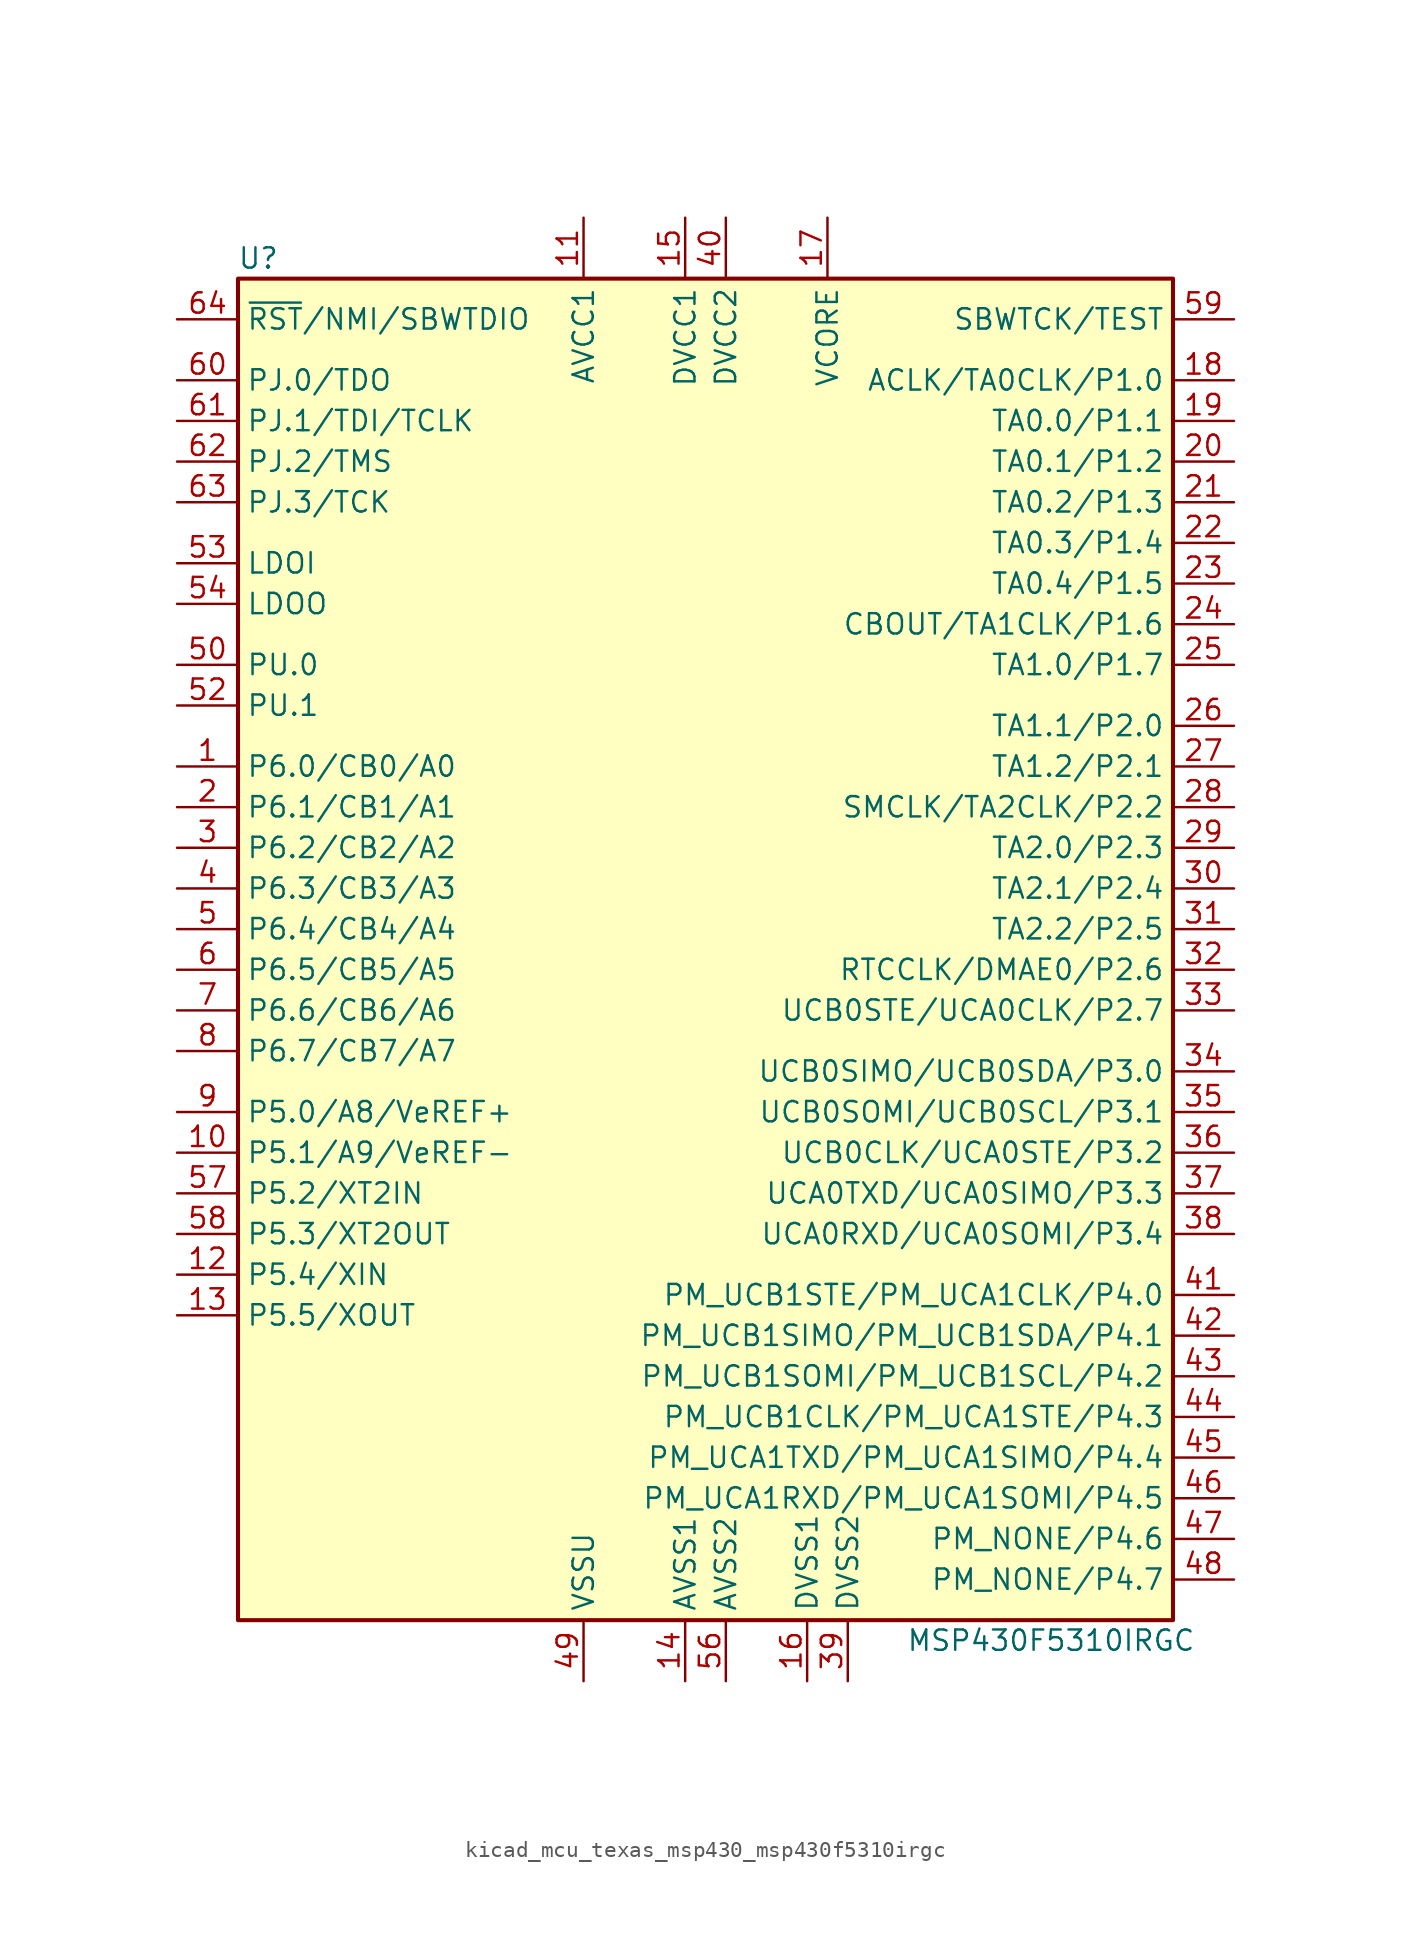
<source format=kicad_sym>
(kicad_symbol_lib
  (version 20220914)
  (generator kicad_symbol_editor)
  (symbol "kicad_mcu_texas_msp430_msp430f5310irgc"
    (property "Reference" "U"
      (at -27.94 43.18 0)
      (effects (font (size 1.27 1.27))))
    (property "Value" "MSP430F5310IRGC"
      (at 21.59 -43.18 0)
      (effects (font (size 1.27 1.27))))
    (symbol "kicad_mcu_texas_msp430_msp430f5310irgc_0_1"
      (rectangle (start -29.21 41.91) (end 29.21 -41.91) (stroke (width 0.254) (type default)) (fill (type background))))
    (symbol "kicad_mcu_texas_msp430_msp430f5310irgc_1_1"
      (pin bidirectional line (at -33.02 11.43 0) (length 3.81) (name "P6.0/CB0/A0" (effects (font (size 1.27 1.27)))) (number "1" (effects (font (size 1.27 1.27)))))
      (pin bidirectional line (at -33.02 -12.7 0) (length 3.81) (name "P5.1/A9/VeREF-" (effects (font (size 1.27 1.27)))) (number "10" (effects (font (size 1.27 1.27)))))
      (pin power_in line (at -7.62 45.72 270) (length 3.81) (name "AVCC1" (effects (font (size 1.27 1.27)))) (number "11" (effects (font (size 1.27 1.27)))))
      (pin bidirectional line (at -33.02 -20.32 0) (length 3.81) (name "P5.4/XIN" (effects (font (size 1.27 1.27)))) (number "12" (effects (font (size 1.27 1.27)))))
      (pin bidirectional line (at -33.02 -22.86 0) (length 3.81) (name "P5.5/XOUT" (effects (font (size 1.27 1.27)))) (number "13" (effects (font (size 1.27 1.27)))))
      (pin power_in line (at -1.27 -45.72 90) (length 3.81) (name "AVSS1" (effects (font (size 1.27 1.27)))) (number "14" (effects (font (size 1.27 1.27)))))
      (pin power_in line (at -1.27 45.72 270) (length 3.81) (name "DVCC1" (effects (font (size 1.27 1.27)))) (number "15" (effects (font (size 1.27 1.27)))))
      (pin power_in line (at 6.35 -45.72 90) (length 3.81) (name "DVSS1" (effects (font (size 1.27 1.27)))) (number "16" (effects (font (size 1.27 1.27)))))
      (pin bidirectional line (at 7.62 45.72 270) (length 3.81) (name "VCORE" (effects (font (size 1.27 1.27)))) (number "17" (effects (font (size 1.27 1.27)))))
      (pin bidirectional line (at 33.02 35.56 180) (length 3.81) (name "ACLK/TA0CLK/P1.0" (effects (font (size 1.27 1.27)))) (number "18" (effects (font (size 1.27 1.27)))))
      (pin bidirectional line (at 33.02 33.02 180) (length 3.81) (name "TA0.0/P1.1" (effects (font (size 1.27 1.27)))) (number "19" (effects (font (size 1.27 1.27)))))
      (pin bidirectional line (at -33.02 8.89 0) (length 3.81) (name "P6.1/CB1/A1" (effects (font (size 1.27 1.27)))) (number "2" (effects (font (size 1.27 1.27)))))
      (pin bidirectional line (at 33.02 30.48 180) (length 3.81) (name "TA0.1/P1.2" (effects (font (size 1.27 1.27)))) (number "20" (effects (font (size 1.27 1.27)))))
      (pin bidirectional line (at 33.02 27.94 180) (length 3.81) (name "TA0.2/P1.3" (effects (font (size 1.27 1.27)))) (number "21" (effects (font (size 1.27 1.27)))))
      (pin bidirectional line (at 33.02 25.4 180) (length 3.81) (name "TA0.3/P1.4" (effects (font (size 1.27 1.27)))) (number "22" (effects (font (size 1.27 1.27)))))
      (pin bidirectional line (at 33.02 22.86 180) (length 3.81) (name "TA0.4/P1.5" (effects (font (size 1.27 1.27)))) (number "23" (effects (font (size 1.27 1.27)))))
      (pin bidirectional line (at 33.02 20.32 180) (length 3.81) (name "CBOUT/TA1CLK/P1.6" (effects (font (size 1.27 1.27)))) (number "24" (effects (font (size 1.27 1.27)))))
      (pin bidirectional line (at 33.02 17.78 180) (length 3.81) (name "TA1.0/P1.7" (effects (font (size 1.27 1.27)))) (number "25" (effects (font (size 1.27 1.27)))))
      (pin bidirectional line (at 33.02 13.97 180) (length 3.81) (name "TA1.1/P2.0" (effects (font (size 1.27 1.27)))) (number "26" (effects (font (size 1.27 1.27)))))
      (pin bidirectional line (at 33.02 11.43 180) (length 3.81) (name "TA1.2/P2.1" (effects (font (size 1.27 1.27)))) (number "27" (effects (font (size 1.27 1.27)))))
      (pin bidirectional line (at 33.02 8.89 180) (length 3.81) (name "SMCLK/TA2CLK/P2.2" (effects (font (size 1.27 1.27)))) (number "28" (effects (font (size 1.27 1.27)))))
      (pin bidirectional line (at 33.02 6.35 180) (length 3.81) (name "TA2.0/P2.3" (effects (font (size 1.27 1.27)))) (number "29" (effects (font (size 1.27 1.27)))))
      (pin bidirectional line (at -33.02 6.35 0) (length 3.81) (name "P6.2/CB2/A2" (effects (font (size 1.27 1.27)))) (number "3" (effects (font (size 1.27 1.27)))))
      (pin bidirectional line (at 33.02 3.81 180) (length 3.81) (name "TA2.1/P2.4" (effects (font (size 1.27 1.27)))) (number "30" (effects (font (size 1.27 1.27)))))
      (pin bidirectional line (at 33.02 1.27 180) (length 3.81) (name "TA2.2/P2.5" (effects (font (size 1.27 1.27)))) (number "31" (effects (font (size 1.27 1.27)))))
      (pin bidirectional line (at 33.02 -1.27 180) (length 3.81) (name "RTCCLK/DMAE0/P2.6" (effects (font (size 1.27 1.27)))) (number "32" (effects (font (size 1.27 1.27)))))
      (pin bidirectional line (at 33.02 -3.81 180) (length 3.81) (name "UCB0STE/UCA0CLK/P2.7" (effects (font (size 1.27 1.27)))) (number "33" (effects (font (size 1.27 1.27)))))
      (pin bidirectional line (at 33.02 -7.62 180) (length 3.81) (name "UCB0SIMO/UCB0SDA/P3.0" (effects (font (size 1.27 1.27)))) (number "34" (effects (font (size 1.27 1.27)))))
      (pin bidirectional line (at 33.02 -10.16 180) (length 3.81) (name "UCB0SOMI/UCB0SCL/P3.1" (effects (font (size 1.27 1.27)))) (number "35" (effects (font (size 1.27 1.27)))))
      (pin bidirectional line (at 33.02 -12.7 180) (length 3.81) (name "UCB0CLK/UCA0STE/P3.2" (effects (font (size 1.27 1.27)))) (number "36" (effects (font (size 1.27 1.27)))))
      (pin bidirectional line (at 33.02 -15.24 180) (length 3.81) (name "UCA0TXD/UCA0SIMO/P3.3" (effects (font (size 1.27 1.27)))) (number "37" (effects (font (size 1.27 1.27)))))
      (pin bidirectional line (at 33.02 -17.78 180) (length 3.81) (name "UCA0RXD/UCA0SOMI/P3.4" (effects (font (size 1.27 1.27)))) (number "38" (effects (font (size 1.27 1.27)))))
      (pin power_in line (at 8.89 -45.72 90) (length 3.81) (name "DVSS2" (effects (font (size 1.27 1.27)))) (number "39" (effects (font (size 1.27 1.27)))))
      (pin bidirectional line (at -33.02 3.81 0) (length 3.81) (name "P6.3/CB3/A3" (effects (font (size 1.27 1.27)))) (number "4" (effects (font (size 1.27 1.27)))))
      (pin power_in line (at 1.27 45.72 270) (length 3.81) (name "DVCC2" (effects (font (size 1.27 1.27)))) (number "40" (effects (font (size 1.27 1.27)))))
      (pin bidirectional line (at 33.02 -21.59 180) (length 3.81) (name "PM_UCB1STE/PM_UCA1CLK/P4.0" (effects (font (size 1.27 1.27)))) (number "41" (effects (font (size 1.27 1.27)))))
      (pin bidirectional line (at 33.02 -24.13 180) (length 3.81) (name "PM_UCB1SIMO/PM_UCB1SDA/P4.1" (effects (font (size 1.27 1.27)))) (number "42" (effects (font (size 1.27 1.27)))))
      (pin bidirectional line (at 33.02 -26.67 180) (length 3.81) (name "PM_UCB1SOMI/PM_UCB1SCL/P4.2" (effects (font (size 1.27 1.27)))) (number "43" (effects (font (size 1.27 1.27)))))
      (pin bidirectional line (at 33.02 -29.21 180) (length 3.81) (name "PM_UCB1CLK/PM_UCA1STE/P4.3" (effects (font (size 1.27 1.27)))) (number "44" (effects (font (size 1.27 1.27)))))
      (pin bidirectional line (at 33.02 -31.75 180) (length 3.81) (name "PM_UCA1TXD/PM_UCA1SIMO/P4.4" (effects (font (size 1.27 1.27)))) (number "45" (effects (font (size 1.27 1.27)))))
      (pin bidirectional line (at 33.02 -34.29 180) (length 3.81) (name "PM_UCA1RXD/PM_UCA1SOMI/P4.5" (effects (font (size 1.27 1.27)))) (number "46" (effects (font (size 1.27 1.27)))))
      (pin bidirectional line (at 33.02 -36.83 180) (length 3.81) (name "PM_NONE/P4.6" (effects (font (size 1.27 1.27)))) (number "47" (effects (font (size 1.27 1.27)))))
      (pin bidirectional line (at 33.02 -39.37 180) (length 3.81) (name "PM_NONE/P4.7" (effects (font (size 1.27 1.27)))) (number "48" (effects (font (size 1.27 1.27)))))
      (pin power_in line (at -7.62 -45.72 90) (length 3.81) (name "VSSU" (effects (font (size 1.27 1.27)))) (number "49" (effects (font (size 1.27 1.27)))))
      (pin bidirectional line (at -33.02 1.27 0) (length 3.81) (name "P6.4/CB4/A4" (effects (font (size 1.27 1.27)))) (number "5" (effects (font (size 1.27 1.27)))))
      (pin bidirectional line (at -33.02 17.78 0) (length 3.81) (name "PU.0" (effects (font (size 1.27 1.27)))) (number "50" (effects (font (size 1.27 1.27)))))
      (pin bidirectional line (at -33.02 15.24 0) (length 3.81) (name "PU.1" (effects (font (size 1.27 1.27)))) (number "52" (effects (font (size 1.27 1.27)))))
      (pin power_in line (at -33.02 24.13 0) (length 3.81) (name "LDOI" (effects (font (size 1.27 1.27)))) (number "53" (effects (font (size 1.27 1.27)))))
      (pin power_out line (at -33.02 21.59 0) (length 3.81) (name "LDOO" (effects (font (size 1.27 1.27)))) (number "54" (effects (font (size 1.27 1.27)))))
      (pin power_in line (at 1.27 -45.72 90) (length 3.81) (name "AVSS2" (effects (font (size 1.27 1.27)))) (number "56" (effects (font (size 1.27 1.27)))))
      (pin bidirectional line (at -33.02 -15.24 0) (length 3.81) (name "P5.2/XT2IN" (effects (font (size 1.27 1.27)))) (number "57" (effects (font (size 1.27 1.27)))))
      (pin bidirectional line (at -33.02 -17.78 0) (length 3.81) (name "P5.3/XT2OUT" (effects (font (size 1.27 1.27)))) (number "58" (effects (font (size 1.27 1.27)))))
      (pin input line (at 33.02 39.37 180) (length 3.81) (name "SBWTCK/TEST" (effects (font (size 1.27 1.27)))) (number "59" (effects (font (size 1.27 1.27)))))
      (pin bidirectional line (at -33.02 -1.27 0) (length 3.81) (name "P6.5/CB5/A5" (effects (font (size 1.27 1.27)))) (number "6" (effects (font (size 1.27 1.27)))))
      (pin bidirectional line (at -33.02 35.56 0) (length 3.81) (name "PJ.0/TDO" (effects (font (size 1.27 1.27)))) (number "60" (effects (font (size 1.27 1.27)))))
      (pin bidirectional line (at -33.02 33.02 0) (length 3.81) (name "PJ.1/TDI/TCLK" (effects (font (size 1.27 1.27)))) (number "61" (effects (font (size 1.27 1.27)))))
      (pin bidirectional line (at -33.02 30.48 0) (length 3.81) (name "PJ.2/TMS" (effects (font (size 1.27 1.27)))) (number "62" (effects (font (size 1.27 1.27)))))
      (pin bidirectional line (at -33.02 27.94 0) (length 3.81) (name "PJ.3/TCK" (effects (font (size 1.27 1.27)))) (number "63" (effects (font (size 1.27 1.27)))))
      (pin input line (at -33.02 39.37 0) (length 3.81) (name "~{RST}/NMI/SBWTDIO" (effects (font (size 1.27 1.27)))) (number "64" (effects (font (size 1.27 1.27)))))
      (pin bidirectional line (at -33.02 -3.81 0) (length 3.81) (name "P6.6/CB6/A6" (effects (font (size 1.27 1.27)))) (number "7" (effects (font (size 1.27 1.27)))))
      (pin bidirectional line (at -33.02 -6.35 0) (length 3.81) (name "P6.7/CB7/A7" (effects (font (size 1.27 1.27)))) (number "8" (effects (font (size 1.27 1.27)))))
      (pin bidirectional line (at -33.02 -10.16 0) (length 3.81) (name "P5.0/A8/VeREF+" (effects (font (size 1.27 1.27)))) (number "9" (effects (font (size 1.27 1.27))))))))
</source>
